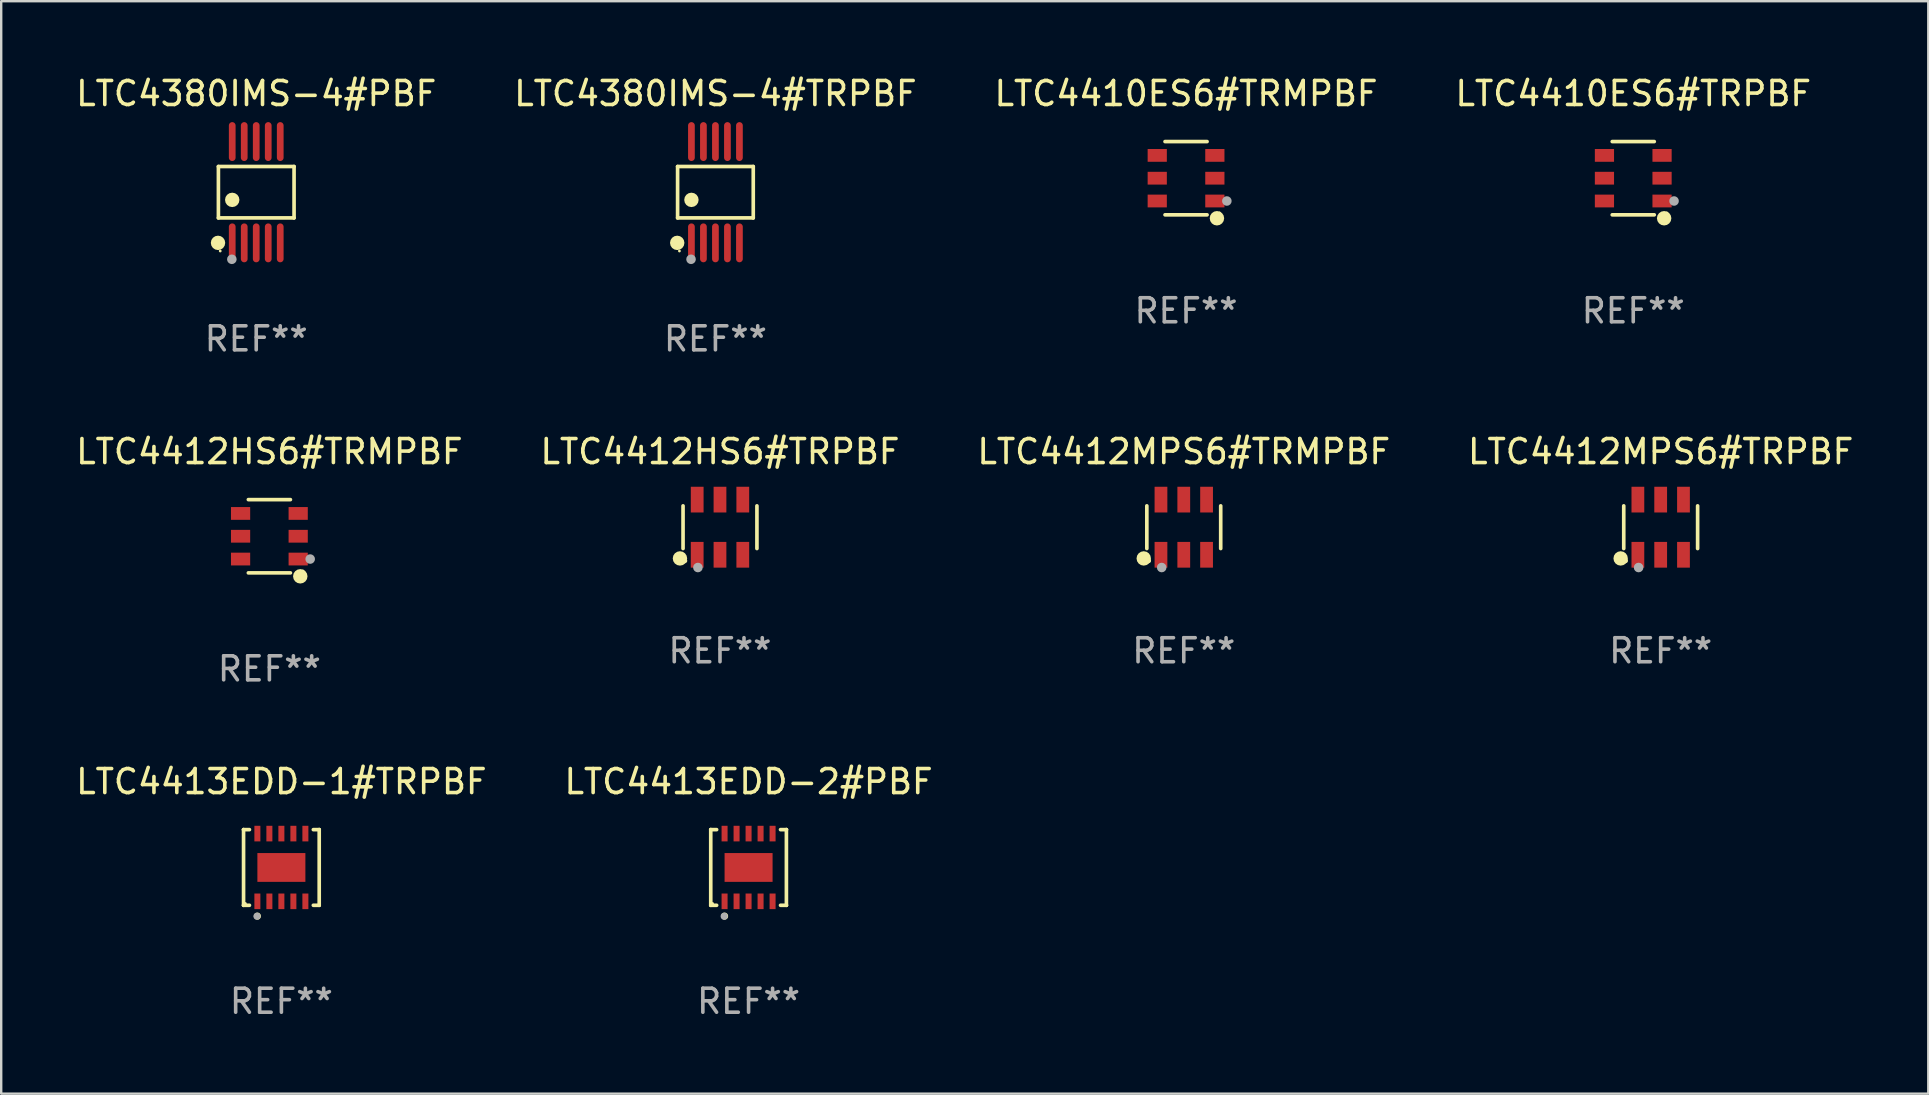
<source format=kicad_pcb>
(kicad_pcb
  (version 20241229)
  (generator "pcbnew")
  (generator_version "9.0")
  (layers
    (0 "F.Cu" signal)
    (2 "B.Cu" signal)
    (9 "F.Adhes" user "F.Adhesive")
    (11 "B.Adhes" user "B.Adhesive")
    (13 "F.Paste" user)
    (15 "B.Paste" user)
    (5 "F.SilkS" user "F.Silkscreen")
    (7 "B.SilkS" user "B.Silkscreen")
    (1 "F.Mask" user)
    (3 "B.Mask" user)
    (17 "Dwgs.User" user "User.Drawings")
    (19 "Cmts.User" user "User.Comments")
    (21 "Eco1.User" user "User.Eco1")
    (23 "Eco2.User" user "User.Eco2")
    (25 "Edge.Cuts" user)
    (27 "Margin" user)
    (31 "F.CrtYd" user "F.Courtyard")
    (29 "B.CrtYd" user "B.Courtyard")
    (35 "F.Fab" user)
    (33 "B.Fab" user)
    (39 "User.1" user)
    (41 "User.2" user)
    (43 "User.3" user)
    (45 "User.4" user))
  (footprint "LTC4380IMS-4#PBF"
    (layer "F.Cu")
    (at 7.625 4.958)
    (property "Reference" "LTC4380IMS-4#PBF" (at 0 -4.11 0) (layer "F.SilkS") (effects (font (size 1 1) (thickness 0.15))))
    (attr through_hole)
    (fp_line (start -1.576 -1.071) (end 1.576 -1.071) (stroke (width 0.152) (type solid)) (layer "F.SilkS"))
    (fp_line (start -1.576 1.071) (end -1.576 -1.071) (stroke (width 0.152) (type solid)) (layer "F.SilkS"))
    (fp_line (start 1.576 -1.071) (end 1.576 1.071) (stroke (width 0.152) (type solid)) (layer "F.SilkS"))
    (fp_line (start 1.576 1.071) (end -1.576 1.071) (stroke (width 0.152) (type solid)) (layer "F.SilkS"))
    (fp_circle (center -1.592 2.11) (end -1.442 2.11) (stroke (width 0.3) (type solid)) (fill no) (layer "F.SilkS"))
    (fp_circle (center -1.5 2.45) (end -1.47 2.45) (stroke (width 0.06) (type solid)) (fill no) (layer "F.SilkS"))
    (fp_circle (center -1 0.319) (end -0.85 0.319) (stroke (width 0.3) (type solid)) (fill no) (layer "F.SilkS"))
    (fp_circle (center -1.016 2.794) (end -0.916 2.794) (stroke (width 0.2) (type solid)) (fill no) (layer "F.Fab"))
    (fp_text user "REF**" (at 0 6.11 0) (layer "F.Fab") (effects (font (size 1 1) (thickness 0.15))))
    (pad "1" smd oval (at -1 2.11) (size 0.28 1.62) (layers "F.Cu" "F.Mask" "F.Paste"))
    (pad "2" smd oval (at -0.5 2.11) (size 0.28 1.62) (layers "F.Cu" "F.Mask" "F.Paste"))
    (pad "3" smd oval (at 0 2.11) (size 0.28 1.62) (layers "F.Cu" "F.Mask" "F.Paste"))
    (pad "4" smd oval (at 0.5 2.11) (size 0.28 1.62) (layers "F.Cu" "F.Mask" "F.Paste"))
    (pad "5" smd oval (at 1 2.11) (size 0.28 1.62) (layers "F.Cu" "F.Mask" "F.Paste"))
    (pad "6" smd oval (at 1 -2.11) (size 0.28 1.62) (layers "F.Cu" "F.Mask" "F.Paste"))
    (pad "7" smd oval (at 0.5 -2.11) (size 0.28 1.62) (layers "F.Cu" "F.Mask" "F.Paste"))
    (pad "8" smd oval (at 0 -2.11) (size 0.28 1.62) (layers "F.Cu" "F.Mask" "F.Paste"))
    (pad "9" smd oval (at -0.5 -2.11) (size 0.28 1.62) (layers "F.Cu" "F.Mask" "F.Paste"))
    (pad "10" smd oval (at -1 -2.11) (size 0.28 1.62) (layers "F.Cu" "F.Mask" "F.Paste")))
  (footprint "LTC4413EDD-1#TRPBF"
    (layer "F.Cu")
    (at 8.673 33.09)
    (property "Reference" "LTC4413EDD-1#TRPBF" (at 0 -3.576 0) (layer "F.SilkS") (effects (font (size 1 1) (thickness 0.15))))
    (attr through_hole)
    (fp_line (start -1.576 -1.576) (end -1.576 -1.576) (stroke (width 0.152) (type solid)) (layer "F.SilkS"))
    (fp_line (start -1.576 -1.576) (end -1.331 -1.576) (stroke (width 0.152) (type solid)) (layer "F.SilkS"))
    (fp_line (start -1.576 1.576) (end -1.576 -1.576) (stroke (width 0.152) (type solid)) (layer "F.SilkS"))
    (fp_line (start -1.576 1.576) (end -1.576 1.576) (stroke (width 0.152) (type solid)) (layer "F.SilkS"))
    (fp_line (start -1.331 1.576) (end -1.576 1.576) (stroke (width 0.152) (type solid)) (layer "F.SilkS"))
    (fp_line (start 1.331 1.576) (end 1.576 1.576) (stroke (width 0.152) (type solid)) (layer "F.SilkS"))
    (fp_line (start 1.576 -1.576) (end 1.331 -1.576) (stroke (width 0.152) (type solid)) (layer "F.SilkS"))
    (fp_line (start 1.576 -1.576) (end 1.576 -1.576) (stroke (width 0.152) (type solid)) (layer "F.SilkS"))
    (fp_line (start 1.576 1.576) (end 1.576 -1.576) (stroke (width 0.152) (type solid)) (layer "F.SilkS"))
    (fp_line (start 1.576 1.576) (end 1.576 1.576) (stroke (width 0.152) (type solid)) (layer "F.SilkS"))
    (fp_circle (center -1.5 1.5) (end -1.47 1.5) (stroke (width 0.06) (type solid)) (fill no) (layer "F.SilkS"))
    (fp_circle (center -1 2.028) (end -0.925 2.028) (stroke (width 0.15) (type solid)) (fill no) (layer "F.SilkS"))
    (fp_circle (center -1.016 2.032) (end -0.941 2.032) (stroke (width 0.15) (type solid)) (fill no) (layer "F.Fab"))
    (fp_text user "REF**" (at 0 5.576 0) (layer "F.Fab") (effects (font (size 1 1) (thickness 0.15))))
    (pad "1" smd rect (at -1 1.411) (size 0.25 0.65) (layers "F.Cu" "F.Mask" "F.Paste"))
    (pad "2" smd rect (at -0.5 1.411) (size 0.25 0.65) (layers "F.Cu" "F.Mask" "F.Paste"))
    (pad "3" smd rect (at 0 1.411) (size 0.25 0.65) (layers "F.Cu" "F.Mask" "F.Paste"))
    (pad "4" smd rect (at 0.5 1.411) (size 0.25 0.65) (layers "F.Cu" "F.Mask" "F.Paste"))
    (pad "5" smd rect (at 1 1.411) (size 0.25 0.65) (layers "F.Cu" "F.Mask" "F.Paste"))
    (pad "6" smd rect (at 1 -1.411) (size 0.25 0.65) (layers "F.Cu" "F.Mask" "F.Paste"))
    (pad "7" smd rect (at 0.5 -1.411) (size 0.25 0.65) (layers "F.Cu" "F.Mask" "F.Paste"))
    (pad "8" smd rect (at 0 -1.411) (size 0.25 0.65) (layers "F.Cu" "F.Mask" "F.Paste"))
    (pad "9" smd rect (at -0.5 -1.411) (size 0.25 0.65) (layers "F.Cu" "F.Mask" "F.Paste"))
    (pad "10" smd rect (at -1 -1.411) (size 0.25 0.65) (layers "F.Cu" "F.Mask" "F.Paste"))
    (pad "11" smd rect (at 0 0) (size 2 1.2) (layers "F.Cu" "F.Mask" "F.Paste")))
  (footprint "LTC4413EDD-2#PBF"
    (layer "F.Cu")
    (at 28.137 33.09)
    (property "Reference" "LTC4413EDD-2#PBF" (at 0 -3.576 0) (layer "F.SilkS") (effects (font (size 1 1) (thickness 0.15))))
    (attr through_hole)
    (fp_line (start -1.576 -1.576) (end -1.576 -1.576) (stroke (width 0.152) (type solid)) (layer "F.SilkS"))
    (fp_line (start -1.576 -1.576) (end -1.331 -1.576) (stroke (width 0.152) (type solid)) (layer "F.SilkS"))
    (fp_line (start -1.576 1.576) (end -1.576 -1.576) (stroke (width 0.152) (type solid)) (layer "F.SilkS"))
    (fp_line (start -1.576 1.576) (end -1.576 1.576) (stroke (width 0.152) (type solid)) (layer "F.SilkS"))
    (fp_line (start -1.331 1.576) (end -1.576 1.576) (stroke (width 0.152) (type solid)) (layer "F.SilkS"))
    (fp_line (start 1.331 1.576) (end 1.576 1.576) (stroke (width 0.152) (type solid)) (layer "F.SilkS"))
    (fp_line (start 1.576 -1.576) (end 1.331 -1.576) (stroke (width 0.152) (type solid)) (layer "F.SilkS"))
    (fp_line (start 1.576 -1.576) (end 1.576 -1.576) (stroke (width 0.152) (type solid)) (layer "F.SilkS"))
    (fp_line (start 1.576 1.576) (end 1.576 -1.576) (stroke (width 0.152) (type solid)) (layer "F.SilkS"))
    (fp_line (start 1.576 1.576) (end 1.576 1.576) (stroke (width 0.152) (type solid)) (layer "F.SilkS"))
    (fp_circle (center -1.5 1.5) (end -1.47 1.5) (stroke (width 0.06) (type solid)) (fill no) (layer "F.SilkS"))
    (fp_circle (center -1 2.028) (end -0.925 2.028) (stroke (width 0.15) (type solid)) (fill no) (layer "F.SilkS"))
    (fp_circle (center -1.016 2.032) (end -0.941 2.032) (stroke (width 0.15) (type solid)) (fill no) (layer "F.Fab"))
    (fp_text user "REF**" (at 0 5.576 0) (layer "F.Fab") (effects (font (size 1 1) (thickness 0.15))))
    (pad "1" smd rect (at -1 1.411) (size 0.25 0.65) (layers "F.Cu" "F.Mask" "F.Paste"))
    (pad "2" smd rect (at -0.5 1.411) (size 0.25 0.65) (layers "F.Cu" "F.Mask" "F.Paste"))
    (pad "3" smd rect (at 0 1.411) (size 0.25 0.65) (layers "F.Cu" "F.Mask" "F.Paste"))
    (pad "4" smd rect (at 0.5 1.411) (size 0.25 0.65) (layers "F.Cu" "F.Mask" "F.Paste"))
    (pad "5" smd rect (at 1 1.411) (size 0.25 0.65) (layers "F.Cu" "F.Mask" "F.Paste"))
    (pad "6" smd rect (at 1 -1.411) (size 0.25 0.65) (layers "F.Cu" "F.Mask" "F.Paste"))
    (pad "7" smd rect (at 0.5 -1.411) (size 0.25 0.65) (layers "F.Cu" "F.Mask" "F.Paste"))
    (pad "8" smd rect (at 0 -1.411) (size 0.25 0.65) (layers "F.Cu" "F.Mask" "F.Paste"))
    (pad "9" smd rect (at -0.5 -1.411) (size 0.25 0.65) (layers "F.Cu" "F.Mask" "F.Paste"))
    (pad "10" smd rect (at -1 -1.411) (size 0.25 0.65) (layers "F.Cu" "F.Mask" "F.Paste"))
    (pad "11" smd rect (at 0 0) (size 2 1.2) (layers "F.Cu" "F.Mask" "F.Paste")))
  (footprint "LTC4410ES6#TRMPBF"
    (layer "F.Cu")
    (at 46.363 4.374)
    (property "Reference" "LTC4410ES6#TRMPBF" (at 0 -3.526 0) (layer "F.SilkS") (effects (font (size 1 1) (thickness 0.15))))
    (attr through_hole)
    (fp_line (start 0.876 -1.526) (end -0.876 -1.526) (stroke (width 0.152) (type solid)) (layer "F.SilkS"))
    (fp_line (start 0.876 1.526) (end -0.876 1.526) (stroke (width 0.152) (type solid)) (layer "F.SilkS"))
    (fp_circle (center 1.287 1.669) (end 1.438 1.669) (stroke (width 0.3) (type solid)) (fill no) (layer "F.SilkS"))
    (fp_circle (center 1.4 1.45) (end 1.43 1.45) (stroke (width 0.06) (type solid)) (fill no) (layer "F.SilkS"))
    (fp_circle (center 1.7 0.95) (end 1.8 0.95) (stroke (width 0.2) (type solid)) (fill no) (layer "F.Fab"))
    (fp_text user "REF**" (at 0 5.526 0) (layer "F.Fab") (effects (font (size 1 1) (thickness 0.15))))
    (pad "1" smd rect (at 1.2 0.95) (size 0.8 0.532) (layers "F.Cu" "F.Mask" "F.Paste"))
    (pad "2" smd rect (at 1.2 0) (size 0.8 0.532) (layers "F.Cu" "F.Mask" "F.Paste"))
    (pad "3" smd rect (at 1.2 -0.95) (size 0.8 0.532) (layers "F.Cu" "F.Mask" "F.Paste"))
    (pad "4" smd rect (at -1.2 -0.95) (size 0.8 0.532) (layers "F.Cu" "F.Mask" "F.Paste"))
    (pad "5" smd rect (at -1.2 0) (size 0.8 0.532) (layers "F.Cu" "F.Mask" "F.Paste"))
    (pad "6" smd rect (at -1.2 0.95) (size 0.8 0.532) (layers "F.Cu" "F.Mask" "F.Paste")))
  (footprint "LTC4412MPS6#TRPBF"
    (layer "F.Cu")
    (at 66.137 18.914)
    (property "Reference" "LTC4412MPS6#TRPBF" (at 0 -3.149 0) (layer "F.SilkS") (effects (font (size 1 1) (thickness 0.15))))
    (attr through_hole)
    (fp_line (start -1.539 0.889) (end -1.539 -0.889) (stroke (width 0.152) (type solid)) (layer "F.SilkS"))
    (fp_line (start 1.539 0.889) (end 1.539 -0.889) (stroke (width 0.152) (type solid)) (layer "F.SilkS"))
    (fp_circle (center -1.668 1.301) (end -1.518 1.301) (stroke (width 0.3) (type solid)) (fill no) (layer "F.SilkS"))
    (fp_circle (center -1.463 1.4) (end -1.413 1.4) (stroke (width 0.1) (type solid)) (fill no) (layer "F.SilkS"))
    (fp_circle (center -0.92 1.68) (end -0.82 1.68) (stroke (width 0.2) (type solid)) (fill no) (layer "F.Fab"))
    (fp_text user "REF**" (at 0 5.149 0) (layer "F.Fab") (effects (font (size 1 1) (thickness 0.15))))
    (pad "1" smd rect (at -0.95 1.149) (size 0.532 1.072) (layers "F.Cu" "F.Mask" "F.Paste"))
    (pad "2" smd rect (at 0 1.149) (size 0.532 1.072) (layers "F.Cu" "F.Mask" "F.Paste"))
    (pad "3" smd rect (at 0.95 1.149) (size 0.532 1.072) (layers "F.Cu" "F.Mask" "F.Paste"))
    (pad "4" smd rect (at 0.95 -1.149) (size 0.532 1.072) (layers "F.Cu" "F.Mask" "F.Paste"))
    (pad "5" smd rect (at 0 -1.149) (size 0.532 1.072) (layers "F.Cu" "F.Mask" "F.Paste"))
    (pad "6" smd rect (at -0.95 -1.149) (size 0.532 1.072) (layers "F.Cu" "F.Mask" "F.Paste")))
  (footprint "LTC4412HS6#TRPBF"
    (layer "F.Cu")
    (at 26.946 18.914)
    (property "Reference" "LTC4412HS6#TRPBF" (at 0 -3.149 0) (layer "F.SilkS") (effects (font (size 1 1) (thickness 0.15))))
    (attr through_hole)
    (fp_line (start -1.539 0.889) (end -1.539 -0.889) (stroke (width 0.152) (type solid)) (layer "F.SilkS"))
    (fp_line (start 1.539 0.889) (end 1.539 -0.889) (stroke (width 0.152) (type solid)) (layer "F.SilkS"))
    (fp_circle (center -1.668 1.301) (end -1.518 1.301) (stroke (width 0.3) (type solid)) (fill no) (layer "F.SilkS"))
    (fp_circle (center -1.463 1.4) (end -1.413 1.4) (stroke (width 0.1) (type solid)) (fill no) (layer "F.SilkS"))
    (fp_circle (center -0.92 1.68) (end -0.82 1.68) (stroke (width 0.2) (type solid)) (fill no) (layer "F.Fab"))
    (fp_text user "REF**" (at 0 5.149 0) (layer "F.Fab") (effects (font (size 1 1) (thickness 0.15))))
    (pad "1" smd rect (at -0.95 1.149) (size 0.532 1.072) (layers "F.Cu" "F.Mask" "F.Paste"))
    (pad "2" smd rect (at 0 1.149) (size 0.532 1.072) (layers "F.Cu" "F.Mask" "F.Paste"))
    (pad "3" smd rect (at 0.95 1.149) (size 0.532 1.072) (layers "F.Cu" "F.Mask" "F.Paste"))
    (pad "4" smd rect (at 0.95 -1.149) (size 0.532 1.072) (layers "F.Cu" "F.Mask" "F.Paste"))
    (pad "5" smd rect (at 0 -1.149) (size 0.532 1.072) (layers "F.Cu" "F.Mask" "F.Paste"))
    (pad "6" smd rect (at -0.95 -1.149) (size 0.532 1.072) (layers "F.Cu" "F.Mask" "F.Paste")))
  (footprint "LTC4380IMS-4#TRPBF"
    (layer "F.Cu")
    (at 26.756 4.958)
    (property "Reference" "LTC4380IMS-4#TRPBF" (at 0 -4.11 0) (layer "F.SilkS") (effects (font (size 1 1) (thickness 0.15))))
    (attr through_hole)
    (fp_line (start -1.576 -1.071) (end 1.576 -1.071) (stroke (width 0.152) (type solid)) (layer "F.SilkS"))
    (fp_line (start -1.576 1.071) (end -1.576 -1.071) (stroke (width 0.152) (type solid)) (layer "F.SilkS"))
    (fp_line (start 1.576 -1.071) (end 1.576 1.071) (stroke (width 0.152) (type solid)) (layer "F.SilkS"))
    (fp_line (start 1.576 1.071) (end -1.576 1.071) (stroke (width 0.152) (type solid)) (layer "F.SilkS"))
    (fp_circle (center -1.592 2.11) (end -1.442 2.11) (stroke (width 0.3) (type solid)) (fill no) (layer "F.SilkS"))
    (fp_circle (center -1.5 2.45) (end -1.47 2.45) (stroke (width 0.06) (type solid)) (fill no) (layer "F.SilkS"))
    (fp_circle (center -1 0.319) (end -0.85 0.319) (stroke (width 0.3) (type solid)) (fill no) (layer "F.SilkS"))
    (fp_circle (center -1.016 2.794) (end -0.916 2.794) (stroke (width 0.2) (type solid)) (fill no) (layer "F.Fab"))
    (fp_text user "REF**" (at 0 6.11 0) (layer "F.Fab") (effects (font (size 1 1) (thickness 0.15))))
    (pad "1" smd oval (at -1 2.11) (size 0.28 1.62) (layers "F.Cu" "F.Mask" "F.Paste"))
    (pad "2" smd oval (at -0.5 2.11) (size 0.28 1.62) (layers "F.Cu" "F.Mask" "F.Paste"))
    (pad "3" smd oval (at 0 2.11) (size 0.28 1.62) (layers "F.Cu" "F.Mask" "F.Paste"))
    (pad "4" smd oval (at 0.5 2.11) (size 0.28 1.62) (layers "F.Cu" "F.Mask" "F.Paste"))
    (pad "5" smd oval (at 1 2.11) (size 0.28 1.62) (layers "F.Cu" "F.Mask" "F.Paste"))
    (pad "6" smd oval (at 1 -2.11) (size 0.28 1.62) (layers "F.Cu" "F.Mask" "F.Paste"))
    (pad "7" smd oval (at 0.5 -2.11) (size 0.28 1.62) (layers "F.Cu" "F.Mask" "F.Paste"))
    (pad "8" smd oval (at 0 -2.11) (size 0.28 1.62) (layers "F.Cu" "F.Mask" "F.Paste"))
    (pad "9" smd oval (at -0.5 -2.11) (size 0.28 1.62) (layers "F.Cu" "F.Mask" "F.Paste"))
    (pad "10" smd oval (at -1 -2.11) (size 0.28 1.62) (layers "F.Cu" "F.Mask" "F.Paste")))
  (footprint "LTC4412MPS6#TRMPBF"
    (layer "F.Cu")
    (at 46.268 18.914)
    (property "Reference" "LTC4412MPS6#TRMPBF" (at 0 -3.149 0) (layer "F.SilkS") (effects (font (size 1 1) (thickness 0.15))))
    (attr through_hole)
    (fp_line (start -1.539 0.889) (end -1.539 -0.889) (stroke (width 0.152) (type solid)) (layer "F.SilkS"))
    (fp_line (start 1.539 0.889) (end 1.539 -0.889) (stroke (width 0.152) (type solid)) (layer "F.SilkS"))
    (fp_circle (center -1.668 1.301) (end -1.518 1.301) (stroke (width 0.3) (type solid)) (fill no) (layer "F.SilkS"))
    (fp_circle (center -1.463 1.4) (end -1.413 1.4) (stroke (width 0.1) (type solid)) (fill no) (layer "F.SilkS"))
    (fp_circle (center -0.92 1.68) (end -0.82 1.68) (stroke (width 0.2) (type solid)) (fill no) (layer "F.Fab"))
    (fp_text user "REF**" (at 0 5.149 0) (layer "F.Fab") (effects (font (size 1 1) (thickness 0.15))))
    (pad "1" smd rect (at -0.95 1.149) (size 0.532 1.072) (layers "F.Cu" "F.Mask" "F.Paste"))
    (pad "2" smd rect (at 0 1.149) (size 0.532 1.072) (layers "F.Cu" "F.Mask" "F.Paste"))
    (pad "3" smd rect (at 0.95 1.149) (size 0.532 1.072) (layers "F.Cu" "F.Mask" "F.Paste"))
    (pad "4" smd rect (at 0.95 -1.149) (size 0.532 1.072) (layers "F.Cu" "F.Mask" "F.Paste"))
    (pad "5" smd rect (at 0 -1.149) (size 0.532 1.072) (layers "F.Cu" "F.Mask" "F.Paste"))
    (pad "6" smd rect (at -0.95 -1.149) (size 0.532 1.072) (layers "F.Cu" "F.Mask" "F.Paste")))
  (footprint "LTC4412HS6#TRMPBF"
    (layer "F.Cu")
    (at 8.173 19.291)
    (property "Reference" "LTC4412HS6#TRMPBF" (at 0 -3.526 0) (layer "F.SilkS") (effects (font (size 1 1) (thickness 0.15))))
    (attr through_hole)
    (fp_line (start 0.876 -1.526) (end -0.876 -1.526) (stroke (width 0.152) (type solid)) (layer "F.SilkS"))
    (fp_line (start 0.876 1.526) (end -0.876 1.526) (stroke (width 0.152) (type solid)) (layer "F.SilkS"))
    (fp_circle (center 1.287 1.669) (end 1.438 1.669) (stroke (width 0.3) (type solid)) (fill no) (layer "F.SilkS"))
    (fp_circle (center 1.4 1.45) (end 1.43 1.45) (stroke (width 0.06) (type solid)) (fill no) (layer "F.SilkS"))
    (fp_circle (center 1.7 0.95) (end 1.8 0.95) (stroke (width 0.2) (type solid)) (fill no) (layer "F.Fab"))
    (fp_text user "REF**" (at 0 5.526 0) (layer "F.Fab") (effects (font (size 1 1) (thickness 0.15))))
    (pad "1" smd rect (at 1.2 0.95) (size 0.8 0.532) (layers "F.Cu" "F.Mask" "F.Paste"))
    (pad "2" smd rect (at 1.2 0) (size 0.8 0.532) (layers "F.Cu" "F.Mask" "F.Paste"))
    (pad "3" smd rect (at 1.2 -0.95) (size 0.8 0.532) (layers "F.Cu" "F.Mask" "F.Paste"))
    (pad "4" smd rect (at -1.2 -0.95) (size 0.8 0.532) (layers "F.Cu" "F.Mask" "F.Paste"))
    (pad "5" smd rect (at -1.2 0) (size 0.8 0.532) (layers "F.Cu" "F.Mask" "F.Paste"))
    (pad "6" smd rect (at -1.2 0.95) (size 0.8 0.532) (layers "F.Cu" "F.Mask" "F.Paste")))
  (footprint "LTC4410ES6#TRPBF"
    (layer "F.Cu")
    (at 64.994 4.374)
    (property "Reference" "LTC4410ES6#TRPBF" (at 0 -3.526 0) (layer "F.SilkS") (effects (font (size 1 1) (thickness 0.15))))
    (attr through_hole)
    (fp_line (start 0.876 -1.526) (end -0.876 -1.526) (stroke (width 0.152) (type solid)) (layer "F.SilkS"))
    (fp_line (start 0.876 1.526) (end -0.876 1.526) (stroke (width 0.152) (type solid)) (layer "F.SilkS"))
    (fp_circle (center 1.287 1.669) (end 1.438 1.669) (stroke (width 0.3) (type solid)) (fill no) (layer "F.SilkS"))
    (fp_circle (center 1.4 1.45) (end 1.43 1.45) (stroke (width 0.06) (type solid)) (fill no) (layer "F.SilkS"))
    (fp_circle (center 1.7 0.95) (end 1.8 0.95) (stroke (width 0.2) (type solid)) (fill no) (layer "F.Fab"))
    (fp_text user "REF**" (at 0 5.526 0) (layer "F.Fab") (effects (font (size 1 1) (thickness 0.15))))
    (pad "1" smd rect (at 1.2 0.95) (size 0.8 0.532) (layers "F.Cu" "F.Mask" "F.Paste"))
    (pad "2" smd rect (at 1.2 0) (size 0.8 0.532) (layers "F.Cu" "F.Mask" "F.Paste"))
    (pad "3" smd rect (at 1.2 -0.95) (size 0.8 0.532) (layers "F.Cu" "F.Mask" "F.Paste"))
    (pad "4" smd rect (at -1.2 -0.95) (size 0.8 0.532) (layers "F.Cu" "F.Mask" "F.Paste"))
    (pad "5" smd rect (at -1.2 0) (size 0.8 0.532) (layers "F.Cu" "F.Mask" "F.Paste"))
    (pad "6" smd rect (at -1.2 0.95) (size 0.8 0.532) (layers "F.Cu" "F.Mask" "F.Paste")))
  (gr_rect
    (start -3 -3)
    (end 77.286 42.514)
    (stroke (width 0.1) (type default))
    (fill no)
    (layer "Edge.Cuts")))
</source>
